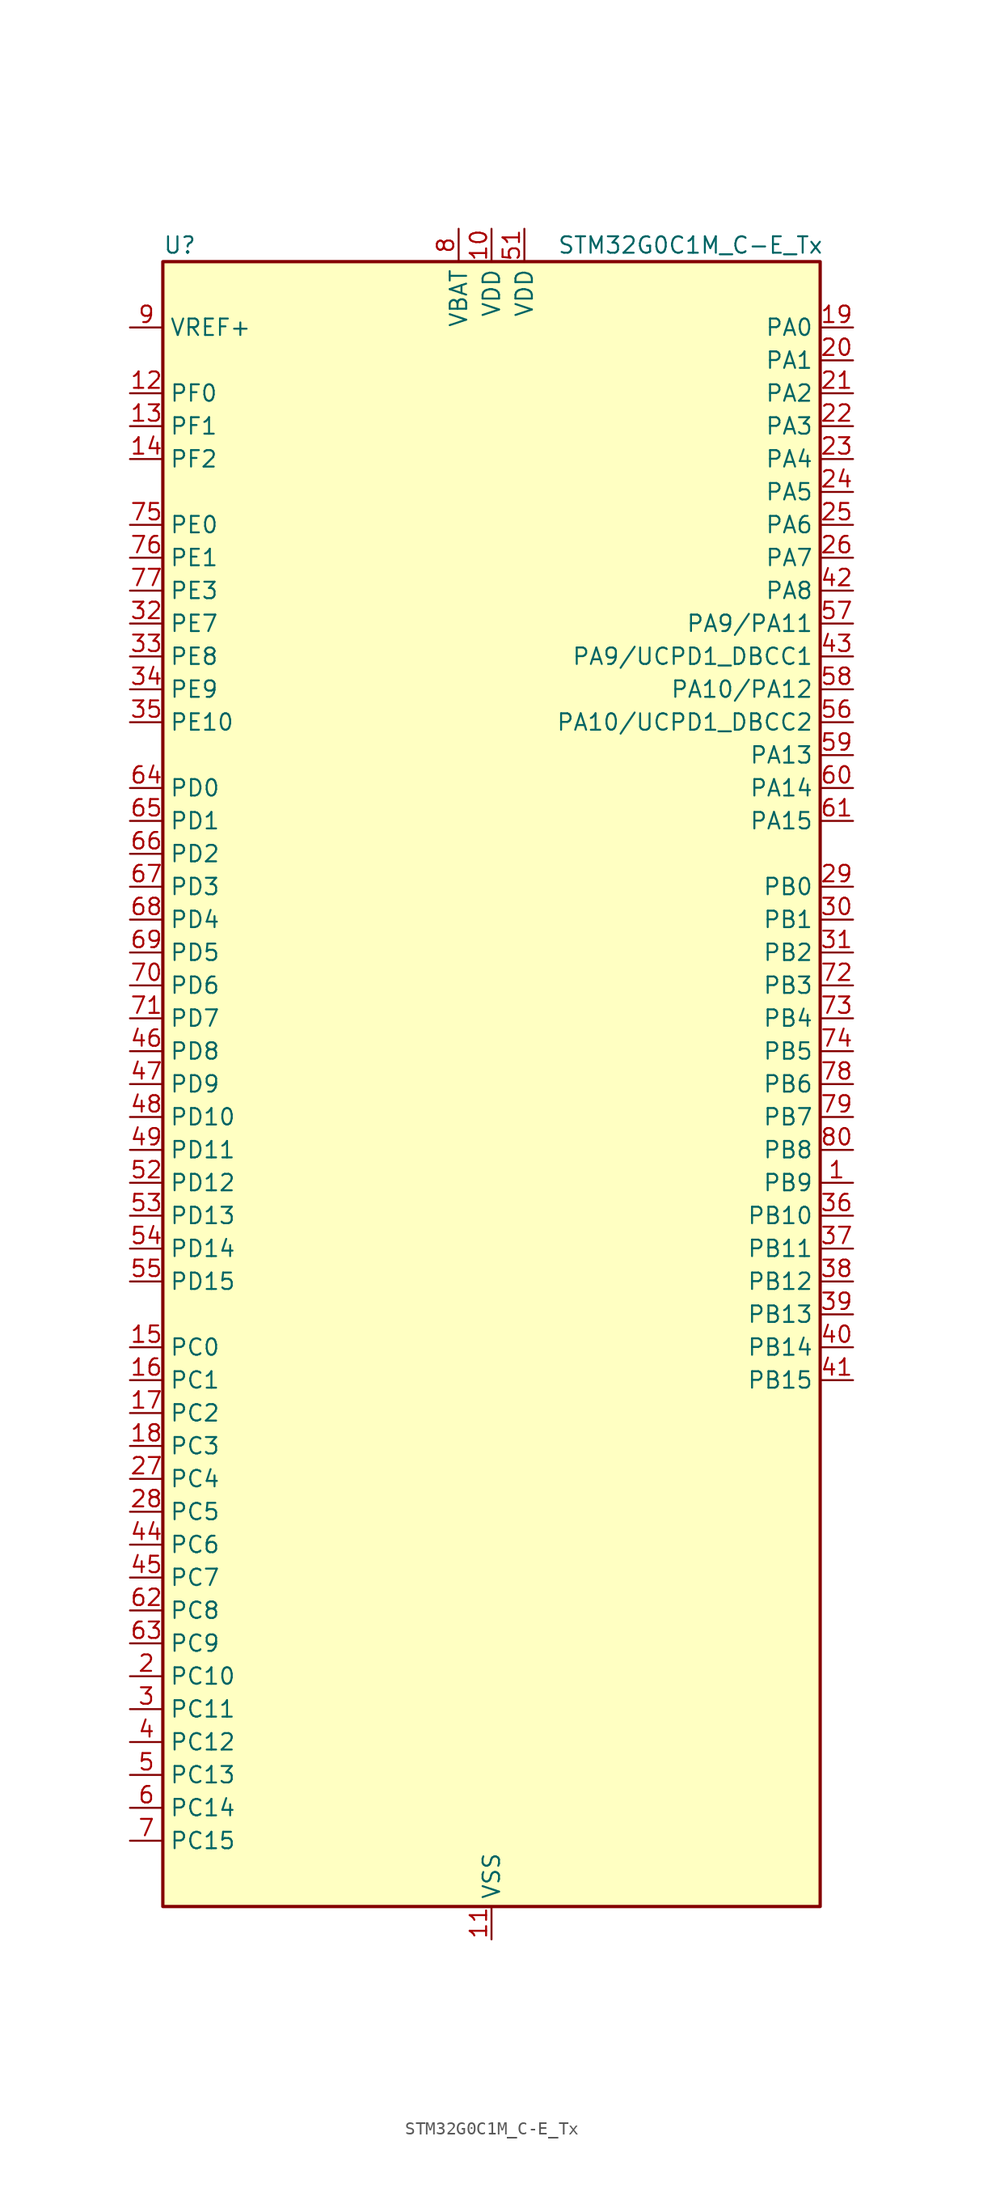
<source format=kicad_sym>
(kicad_symbol_lib
  (version 20231120)
  (generator "kicad-library-utils")
  (generator_version "8.0")
  (symbol "STM32G0C1M_C-E_Tx"
    (property "Reference" "U"
      (at -25.4 64.77 0)
      (effects (font (size 1.27 1.27)) (justify left)))
    (property "Value" "STM32G0C1M_C-E_Tx"
      (at 5.08 64.77 0)
      (effects (font (size 1.27 1.27)) (justify left)))
    (symbol "STM32G0C1M_C-E_Tx_0_1"
      (rectangle (start -25.4 -63.5) (end 25.4 63.5) (stroke (width 0.254) (type default)) (fill (type background))))
    (symbol "STM32G0C1M_C-E_Tx_1_1"
      (pin bidirectional line (at 27.94 -7.62 180) (length 2.54) (name "PB9" (effects (font (size 1.27 1.27)))) (number "1" (effects (font (size 1.27 1.27)))) (alternate "DAC1_EXTI9" bidirectional line) (alternate "FDCAN1_TX" bidirectional line) (alternate "I2C1_SDA" bidirectional line) (alternate "I2S2_WS" bidirectional line) (alternate "IR_OUT" bidirectional line) (alternate "SPI2_NSS" bidirectional line) (alternate "TIM17_CH1" bidirectional line) (alternate "TIM4_CH4" bidirectional line) (alternate "UCPD2_FRSTX1" bidirectional line) (alternate "UCPD2_FRSTX2" bidirectional line) (alternate "USART3_RX" bidirectional line) (alternate "USART6_RX" bidirectional line))
      (pin power_in line (at 0 66.04 270) (length 2.54) (name "VDD" (effects (font (size 1.27 1.27)))) (number "10" (effects (font (size 1.27 1.27)))))
      (pin power_in line (at 0 -66.04 90) (length 2.54) (name "VSS" (effects (font (size 1.27 1.27)))) (number "11" (effects (font (size 1.27 1.27)))))
      (pin bidirectional line (at -27.94 53.34 0) (length 2.54) (name "PF0" (effects (font (size 1.27 1.27)))) (number "12" (effects (font (size 1.27 1.27)))) (alternate "CRS1_SYNC" bidirectional line) (alternate "RCC_OSC_IN" bidirectional line) (alternate "TIM14_CH1" bidirectional line))
      (pin bidirectional line (at -27.94 50.8 0) (length 2.54) (name "PF1" (effects (font (size 1.27 1.27)))) (number "13" (effects (font (size 1.27 1.27)))) (alternate "RCC_OSC_EN" bidirectional line) (alternate "RCC_OSC_OUT" bidirectional line) (alternate "TIM15_CH1N" bidirectional line))
      (pin bidirectional line (at -27.94 48.26 0) (length 2.54) (name "PF2" (effects (font (size 1.27 1.27)))) (number "14" (effects (font (size 1.27 1.27)))) (alternate "LPUART2_DE" bidirectional line) (alternate "LPUART2_RTS" bidirectional line) (alternate "LPUART2_TX" bidirectional line) (alternate "RCC_MCO" bidirectional line))
      (pin bidirectional line (at -27.94 -20.32 0) (length 2.54) (name "PC0" (effects (font (size 1.27 1.27)))) (number "15" (effects (font (size 1.27 1.27)))) (alternate "COMP3_INM" bidirectional line) (alternate "COMP3_OUT" bidirectional line) (alternate "I2C3_SCL" bidirectional line) (alternate "LPTIM1_IN1" bidirectional line) (alternate "LPTIM2_IN1" bidirectional line) (alternate "LPUART1_RX" bidirectional line) (alternate "LPUART2_TX" bidirectional line) (alternate "USART6_TX" bidirectional line))
      (pin bidirectional line (at -27.94 -22.86 0) (length 2.54) (name "PC1" (effects (font (size 1.27 1.27)))) (number "16" (effects (font (size 1.27 1.27)))) (alternate "COMP3_INP" bidirectional line) (alternate "I2C3_SDA" bidirectional line) (alternate "LPTIM1_OUT" bidirectional line) (alternate "LPUART1_TX" bidirectional line) (alternate "LPUART2_RX" bidirectional line) (alternate "TIM15_CH1" bidirectional line) (alternate "USART6_RX" bidirectional line))
      (pin bidirectional line (at -27.94 -25.4 0) (length 2.54) (name "PC2" (effects (font (size 1.27 1.27)))) (number "17" (effects (font (size 1.27 1.27)))) (alternate "COMP3_OUT" bidirectional line) (alternate "FDCAN2_RX" bidirectional line) (alternate "I2S2_MCK" bidirectional line) (alternate "LPTIM1_IN2" bidirectional line) (alternate "SPI2_MISO" bidirectional line) (alternate "TIM15_CH2" bidirectional line))
      (pin bidirectional line (at -27.94 -27.94 0) (length 2.54) (name "PC3" (effects (font (size 1.27 1.27)))) (number "18" (effects (font (size 1.27 1.27)))) (alternate "FDCAN2_TX" bidirectional line) (alternate "I2S2_SD" bidirectional line) (alternate "LPTIM1_ETR" bidirectional line) (alternate "LPTIM2_ETR" bidirectional line) (alternate "SPI2_MOSI" bidirectional line))
      (pin bidirectional line (at 27.94 58.42 180) (length 2.54) (name "PA0" (effects (font (size 1.27 1.27)))) (number "19" (effects (font (size 1.27 1.27)))) (alternate "ADC1_IN0" bidirectional line) (alternate "COMP1_INM" bidirectional line) (alternate "COMP1_OUT" bidirectional line) (alternate "I2S2_CK" bidirectional line) (alternate "LPTIM1_OUT" bidirectional line) (alternate "RTC_TAMP_IN2" bidirectional line) (alternate "SPI2_SCK" bidirectional line) (alternate "SYS_WKUP1" bidirectional line) (alternate "TIM2_CH1" bidirectional line) (alternate "TIM2_ETR" bidirectional line) (alternate "UCPD2_FRSTX1" bidirectional line) (alternate "UCPD2_FRSTX2" bidirectional line) (alternate "USART2_CTS" bidirectional line) (alternate "USART2_NSS" bidirectional line) (alternate "USART4_TX" bidirectional line))
      (pin bidirectional line (at -27.94 -45.72 0) (length 2.54) (name "PC10" (effects (font (size 1.27 1.27)))) (number "2" (effects (font (size 1.27 1.27)))) (alternate "SPI3_SCK" bidirectional line) (alternate "TIM1_CH3" bidirectional line) (alternate "USART3_TX" bidirectional line) (alternate "USART4_TX" bidirectional line))
      (pin bidirectional line (at 27.94 55.88 180) (length 2.54) (name "PA1" (effects (font (size 1.27 1.27)))) (number "20" (effects (font (size 1.27 1.27)))) (alternate "ADC1_IN1" bidirectional line) (alternate "COMP1_INP" bidirectional line) (alternate "I2C1_SMBA" bidirectional line) (alternate "I2S1_CK" bidirectional line) (alternate "SPI1_SCK" bidirectional line) (alternate "TIM15_CH1N" bidirectional line) (alternate "TIM2_CH2" bidirectional line) (alternate "USART2_CK" bidirectional line) (alternate "USART2_DE" bidirectional line) (alternate "USART2_RTS" bidirectional line) (alternate "USART4_RX" bidirectional line))
      (pin bidirectional line (at 27.94 53.34 180) (length 2.54) (name "PA2" (effects (font (size 1.27 1.27)))) (number "21" (effects (font (size 1.27 1.27)))) (alternate "ADC1_IN2" bidirectional line) (alternate "COMP2_INM" bidirectional line) (alternate "COMP2_OUT" bidirectional line) (alternate "I2S1_SD" bidirectional line) (alternate "LPUART1_TX" bidirectional line) (alternate "RCC_LSCO" bidirectional line) (alternate "SPI1_MOSI" bidirectional line) (alternate "SYS_WKUP4" bidirectional line) (alternate "TIM15_CH1" bidirectional line) (alternate "TIM2_CH3" bidirectional line) (alternate "UCPD1_FRSTX1" bidirectional line) (alternate "UCPD1_FRSTX2" bidirectional line) (alternate "USART2_TX" bidirectional line))
      (pin bidirectional line (at 27.94 50.8 180) (length 2.54) (name "PA3" (effects (font (size 1.27 1.27)))) (number "22" (effects (font (size 1.27 1.27)))) (alternate "ADC1_IN3" bidirectional line) (alternate "COMP2_INP" bidirectional line) (alternate "I2S2_MCK" bidirectional line) (alternate "LPUART1_RX" bidirectional line) (alternate "SPI2_MISO" bidirectional line) (alternate "TIM15_CH2" bidirectional line) (alternate "TIM2_CH4" bidirectional line) (alternate "UCPD2_FRSTX1" bidirectional line) (alternate "UCPD2_FRSTX2" bidirectional line) (alternate "USART2_RX" bidirectional line))
      (pin bidirectional line (at 27.94 48.26 180) (length 2.54) (name "PA4" (effects (font (size 1.27 1.27)))) (number "23" (effects (font (size 1.27 1.27)))) (alternate "ADC1_IN4" bidirectional line) (alternate "DAC1_OUT1" bidirectional line) (alternate "I2S1_WS" bidirectional line) (alternate "I2S2_SD" bidirectional line) (alternate "LPTIM2_OUT" bidirectional line) (alternate "RTC_OUT2" bidirectional line) (alternate "SPI1_NSS" bidirectional line) (alternate "SPI2_MOSI" bidirectional line) (alternate "SPI3_NSS" bidirectional line) (alternate "TIM14_CH1" bidirectional line) (alternate "UCPD2_FRSTX1" bidirectional line) (alternate "UCPD2_FRSTX2" bidirectional line) (alternate "USART6_TX" bidirectional line) (alternate "USB_NOE" bidirectional line))
      (pin bidirectional line (at 27.94 45.72 180) (length 2.54) (name "PA5" (effects (font (size 1.27 1.27)))) (number "24" (effects (font (size 1.27 1.27)))) (alternate "ADC1_IN5" bidirectional line) (alternate "CEC" bidirectional line) (alternate "DAC1_OUT2" bidirectional line) (alternate "I2S1_CK" bidirectional line) (alternate "LPTIM2_ETR" bidirectional line) (alternate "SPI1_SCK" bidirectional line) (alternate "TIM2_CH1" bidirectional line) (alternate "TIM2_ETR" bidirectional line) (alternate "UCPD1_FRSTX1" bidirectional line) (alternate "UCPD1_FRSTX2" bidirectional line) (alternate "USART3_TX" bidirectional line) (alternate "USART6_RX" bidirectional line))
      (pin bidirectional line (at 27.94 43.18 180) (length 2.54) (name "PA6" (effects (font (size 1.27 1.27)))) (number "25" (effects (font (size 1.27 1.27)))) (alternate "ADC1_IN6" bidirectional line) (alternate "COMP1_OUT" bidirectional line) (alternate "I2C2_SDA" bidirectional line) (alternate "I2C3_SDA" bidirectional line) (alternate "I2S1_MCK" bidirectional line) (alternate "LPUART1_CTS" bidirectional line) (alternate "SPI1_MISO" bidirectional line) (alternate "TIM16_CH1" bidirectional line) (alternate "TIM1_BK" bidirectional line) (alternate "TIM3_CH1" bidirectional line) (alternate "USART3_CTS" bidirectional line) (alternate "USART3_NSS" bidirectional line) (alternate "USART6_CTS" bidirectional line) (alternate "USART6_NSS" bidirectional line))
      (pin bidirectional line (at 27.94 40.64 180) (length 2.54) (name "PA7" (effects (font (size 1.27 1.27)))) (number "26" (effects (font (size 1.27 1.27)))) (alternate "ADC1_IN7" bidirectional line) (alternate "COMP2_OUT" bidirectional line) (alternate "I2C2_SCL" bidirectional line) (alternate "I2C3_SCL" bidirectional line) (alternate "I2S1_SD" bidirectional line) (alternate "SPI1_MOSI" bidirectional line) (alternate "TIM14_CH1" bidirectional line) (alternate "TIM17_CH1" bidirectional line) (alternate "TIM1_CH1N" bidirectional line) (alternate "TIM3_CH2" bidirectional line) (alternate "UCPD1_FRSTX1" bidirectional line) (alternate "UCPD1_FRSTX2" bidirectional line) (alternate "USART6_CK" bidirectional line) (alternate "USART6_DE" bidirectional line) (alternate "USART6_RTS" bidirectional line))
      (pin bidirectional line (at -27.94 -30.48 0) (length 2.54) (name "PC4" (effects (font (size 1.27 1.27)))) (number "27" (effects (font (size 1.27 1.27)))) (alternate "ADC1_IN17" bidirectional line) (alternate "COMP1_INM" bidirectional line) (alternate "FDCAN1_RX" bidirectional line) (alternate "TIM2_CH1" bidirectional line) (alternate "TIM2_ETR" bidirectional line) (alternate "USART1_TX" bidirectional line) (alternate "USART3_TX" bidirectional line))
      (pin bidirectional line (at -27.94 -33.02 0) (length 2.54) (name "PC5" (effects (font (size 1.27 1.27)))) (number "28" (effects (font (size 1.27 1.27)))) (alternate "ADC1_IN18" bidirectional line) (alternate "COMP1_INP" bidirectional line) (alternate "FDCAN1_TX" bidirectional line) (alternate "SYS_WKUP5" bidirectional line) (alternate "TIM2_CH2" bidirectional line) (alternate "USART1_RX" bidirectional line) (alternate "USART3_RX" bidirectional line))
      (pin bidirectional line (at 27.94 15.24 180) (length 2.54) (name "PB0" (effects (font (size 1.27 1.27)))) (number "29" (effects (font (size 1.27 1.27)))) (alternate "ADC1_IN8" bidirectional line) (alternate "COMP1_OUT" bidirectional line) (alternate "COMP3_INP" bidirectional line) (alternate "FDCAN2_RX" bidirectional line) (alternate "I2S1_WS" bidirectional line) (alternate "LPTIM1_OUT" bidirectional line) (alternate "LPUART2_CTS" bidirectional line) (alternate "SPI1_NSS" bidirectional line) (alternate "TIM1_CH2N" bidirectional line) (alternate "TIM3_CH3" bidirectional line) (alternate "UCPD1_FRSTX1" bidirectional line) (alternate "UCPD1_FRSTX2" bidirectional line) (alternate "USART3_RX" bidirectional line) (alternate "USART5_TX" bidirectional line))
      (pin bidirectional line (at -27.94 -48.26 0) (length 2.54) (name "PC11" (effects (font (size 1.27 1.27)))) (number "3" (effects (font (size 1.27 1.27)))) (alternate "ADC1_EXTI11" bidirectional line) (alternate "SPI3_MISO" bidirectional line) (alternate "TIM1_CH4" bidirectional line) (alternate "USART3_RX" bidirectional line) (alternate "USART4_RX" bidirectional line))
      (pin bidirectional line (at 27.94 12.7 180) (length 2.54) (name "PB1" (effects (font (size 1.27 1.27)))) (number "30" (effects (font (size 1.27 1.27)))) (alternate "ADC1_IN9" bidirectional line) (alternate "COMP1_INM" bidirectional line) (alternate "COMP3_OUT" bidirectional line) (alternate "FDCAN2_TX" bidirectional line) (alternate "LPTIM2_IN1" bidirectional line) (alternate "LPUART1_DE" bidirectional line) (alternate "LPUART1_RTS" bidirectional line) (alternate "LPUART2_DE" bidirectional line) (alternate "LPUART2_RTS" bidirectional line) (alternate "TIM14_CH1" bidirectional line) (alternate "TIM1_CH3N" bidirectional line) (alternate "TIM3_CH4" bidirectional line) (alternate "USART3_CK" bidirectional line) (alternate "USART3_DE" bidirectional line) (alternate "USART3_RTS" bidirectional line) (alternate "USART5_RX" bidirectional line))
      (pin bidirectional line (at 27.94 10.16 180) (length 2.54) (name "PB2" (effects (font (size 1.27 1.27)))) (number "31" (effects (font (size 1.27 1.27)))) (alternate "ADC1_IN10" bidirectional line) (alternate "COMP1_INP" bidirectional line) (alternate "COMP3_INM" bidirectional line) (alternate "I2S2_MCK" bidirectional line) (alternate "LPTIM1_OUT" bidirectional line) (alternate "RCC_MCO_2" bidirectional line) (alternate "SPI2_MISO" bidirectional line) (alternate "USART3_TX" bidirectional line))
      (pin bidirectional line (at -27.94 35.56 0) (length 2.54) (name "PE7" (effects (font (size 1.27 1.27)))) (number "32" (effects (font (size 1.27 1.27)))) (alternate "COMP3_INP" bidirectional line) (alternate "TIM1_ETR" bidirectional line) (alternate "USART5_CK" bidirectional line) (alternate "USART5_DE" bidirectional line) (alternate "USART5_RTS" bidirectional line))
      (pin bidirectional line (at -27.94 33.02 0) (length 2.54) (name "PE8" (effects (font (size 1.27 1.27)))) (number "33" (effects (font (size 1.27 1.27)))) (alternate "COMP3_INM" bidirectional line) (alternate "TIM1_CH1N" bidirectional line) (alternate "USART4_TX" bidirectional line))
      (pin bidirectional line (at -27.94 30.48 0) (length 2.54) (name "PE9" (effects (font (size 1.27 1.27)))) (number "34" (effects (font (size 1.27 1.27)))) (alternate "DAC1_EXTI9" bidirectional line) (alternate "TIM1_CH1" bidirectional line) (alternate "USART4_RX" bidirectional line))
      (pin bidirectional line (at -27.94 27.94 0) (length 2.54) (name "PE10" (effects (font (size 1.27 1.27)))) (number "35" (effects (font (size 1.27 1.27)))) (alternate "TIM1_CH2N" bidirectional line) (alternate "USART5_TX" bidirectional line))
      (pin bidirectional line (at 27.94 -10.16 180) (length 2.54) (name "PB10" (effects (font (size 1.27 1.27)))) (number "36" (effects (font (size 1.27 1.27)))) (alternate "ADC1_IN11" bidirectional line) (alternate "CEC" bidirectional line) (alternate "COMP1_OUT" bidirectional line) (alternate "I2C2_SCL" bidirectional line) (alternate "I2S2_CK" bidirectional line) (alternate "LPUART1_RX" bidirectional line) (alternate "SPI2_SCK" bidirectional line) (alternate "TIM2_CH3" bidirectional line) (alternate "USART3_TX" bidirectional line))
      (pin bidirectional line (at 27.94 -12.7 180) (length 2.54) (name "PB11" (effects (font (size 1.27 1.27)))) (number "37" (effects (font (size 1.27 1.27)))) (alternate "ADC1_EXTI11" bidirectional line) (alternate "ADC1_IN15" bidirectional line) (alternate "COMP2_OUT" bidirectional line) (alternate "I2C2_SDA" bidirectional line) (alternate "I2S2_SD" bidirectional line) (alternate "LPUART1_TX" bidirectional line) (alternate "SPI2_MOSI" bidirectional line) (alternate "TIM2_CH4" bidirectional line) (alternate "USART3_RX" bidirectional line))
      (pin bidirectional line (at 27.94 -15.24 180) (length 2.54) (name "PB12" (effects (font (size 1.27 1.27)))) (number "38" (effects (font (size 1.27 1.27)))) (alternate "ADC1_IN16" bidirectional line) (alternate "FDCAN2_RX" bidirectional line) (alternate "I2C2_SMBA" bidirectional line) (alternate "I2S2_WS" bidirectional line) (alternate "LPUART1_DE" bidirectional line) (alternate "LPUART1_RTS" bidirectional line) (alternate "SPI2_NSS" bidirectional line) (alternate "TIM15_BK" bidirectional line) (alternate "TIM1_BK" bidirectional line) (alternate "UCPD2_FRSTX1" bidirectional line) (alternate "UCPD2_FRSTX2" bidirectional line))
      (pin bidirectional line (at 27.94 -17.78 180) (length 2.54) (name "PB13" (effects (font (size 1.27 1.27)))) (number "39" (effects (font (size 1.27 1.27)))) (alternate "FDCAN2_TX" bidirectional line) (alternate "I2C2_SCL" bidirectional line) (alternate "I2S2_CK" bidirectional line) (alternate "LPUART1_CTS" bidirectional line) (alternate "SPI2_SCK" bidirectional line) (alternate "TIM15_CH1N" bidirectional line) (alternate "TIM1_CH1N" bidirectional line) (alternate "USART3_CTS" bidirectional line) (alternate "USART3_NSS" bidirectional line))
      (pin bidirectional line (at -27.94 -50.8 0) (length 2.54) (name "PC12" (effects (font (size 1.27 1.27)))) (number "4" (effects (font (size 1.27 1.27)))) (alternate "LPTIM1_IN1" bidirectional line) (alternate "SPI3_MOSI" bidirectional line) (alternate "TIM14_CH1" bidirectional line) (alternate "UCPD1_FRSTX1" bidirectional line) (alternate "UCPD1_FRSTX2" bidirectional line) (alternate "USART5_TX" bidirectional line))
      (pin bidirectional line (at 27.94 -20.32 180) (length 2.54) (name "PB14" (effects (font (size 1.27 1.27)))) (number "40" (effects (font (size 1.27 1.27)))) (alternate "I2C2_SDA" bidirectional line) (alternate "I2S2_MCK" bidirectional line) (alternate "SPI2_MISO" bidirectional line) (alternate "TIM15_CH1" bidirectional line) (alternate "TIM1_CH2N" bidirectional line) (alternate "UCPD1_FRSTX1" bidirectional line) (alternate "UCPD1_FRSTX2" bidirectional line) (alternate "USART3_CK" bidirectional line) (alternate "USART3_DE" bidirectional line) (alternate "USART3_RTS" bidirectional line) (alternate "USART6_CK" bidirectional line) (alternate "USART6_DE" bidirectional line) (alternate "USART6_RTS" bidirectional line))
      (pin bidirectional line (at 27.94 -22.86 180) (length 2.54) (name "PB15" (effects (font (size 1.27 1.27)))) (number "41" (effects (font (size 1.27 1.27)))) (alternate "I2S2_SD" bidirectional line) (alternate "RTC_REFIN" bidirectional line) (alternate "SPI2_MOSI" bidirectional line) (alternate "TIM15_CH1N" bidirectional line) (alternate "TIM15_CH2" bidirectional line) (alternate "TIM1_CH3N" bidirectional line) (alternate "UCPD1_CC2" bidirectional line) (alternate "USART6_CTS" bidirectional line) (alternate "USART6_NSS" bidirectional line))
      (pin bidirectional line (at 27.94 38.1 180) (length 2.54) (name "PA8" (effects (font (size 1.27 1.27)))) (number "42" (effects (font (size 1.27 1.27)))) (alternate "CRS1_SYNC" bidirectional line) (alternate "I2C2_SMBA" bidirectional line) (alternate "I2S2_WS" bidirectional line) (alternate "LPTIM2_OUT" bidirectional line) (alternate "RCC_MCO" bidirectional line) (alternate "SPI2_NSS" bidirectional line) (alternate "TIM1_CH1" bidirectional line) (alternate "UCPD1_CC1" bidirectional line))
      (pin bidirectional line (at 27.94 33.02 180) (length 2.54) (name "PA9/UCPD1_DBCC1" (effects (font (size 1.27 1.27)))) (number "43" (effects (font (size 1.27 1.27)))) (alternate "PA9" bidirectional line) (alternate "DAC1_EXTI9 (PA9)" bidirectional line) (alternate "I2C1_SCL (PA9)" bidirectional line) (alternate "I2C2_SCL (PA9)" bidirectional line) (alternate "I2S2_MCK (PA9)" bidirectional line) (alternate "RCC_MCO (PA9)" bidirectional line) (alternate "SPI2_MISO (PA9)" bidirectional line) (alternate "TIM15_BK (PA9)" bidirectional line) (alternate "TIM1_CH2 (PA9)" bidirectional line) (alternate "UCPD1_DBCC1 (PA9)" bidirectional line) (alternate "USART1_TX (PA9)" bidirectional line) (alternate "UCPD1_DBCC1" bidirectional line) (alternate "UCPD1_DBCC1 (UCPD1_DBCC1)" bidirectional line))
      (pin bidirectional line (at -27.94 -35.56 0) (length 2.54) (name "PC6" (effects (font (size 1.27 1.27)))) (number "44" (effects (font (size 1.27 1.27)))) (alternate "LPUART2_TX" bidirectional line) (alternate "TIM2_CH3" bidirectional line) (alternate "TIM3_CH1" bidirectional line) (alternate "UCPD1_FRSTX1" bidirectional line) (alternate "UCPD1_FRSTX2" bidirectional line))
      (pin bidirectional line (at -27.94 -38.1 0) (length 2.54) (name "PC7" (effects (font (size 1.27 1.27)))) (number "45" (effects (font (size 1.27 1.27)))) (alternate "LPUART2_RX" bidirectional line) (alternate "TIM2_CH4" bidirectional line) (alternate "TIM3_CH2" bidirectional line) (alternate "UCPD2_FRSTX1" bidirectional line) (alternate "UCPD2_FRSTX2" bidirectional line))
      (pin bidirectional line (at -27.94 2.54 0) (length 2.54) (name "PD8" (effects (font (size 1.27 1.27)))) (number "46" (effects (font (size 1.27 1.27)))) (alternate "I2S1_CK" bidirectional line) (alternate "LPTIM1_OUT" bidirectional line) (alternate "SPI1_SCK" bidirectional line) (alternate "USART3_TX" bidirectional line))
      (pin bidirectional line (at -27.94 0 0) (length 2.54) (name "PD9" (effects (font (size 1.27 1.27)))) (number "47" (effects (font (size 1.27 1.27)))) (alternate "DAC1_EXTI9" bidirectional line) (alternate "I2S1_WS" bidirectional line) (alternate "SPI1_NSS" bidirectional line) (alternate "TIM1_BK2" bidirectional line) (alternate "USART3_RX" bidirectional line))
      (pin bidirectional line (at -27.94 -2.54 0) (length 2.54) (name "PD10" (effects (font (size 1.27 1.27)))) (number "48" (effects (font (size 1.27 1.27)))) (alternate "RCC_MCO" bidirectional line))
      (pin bidirectional line (at -27.94 -5.08 0) (length 2.54) (name "PD11" (effects (font (size 1.27 1.27)))) (number "49" (effects (font (size 1.27 1.27)))) (alternate "ADC1_EXTI11" bidirectional line) (alternate "LPTIM2_ETR" bidirectional line) (alternate "USART3_CTS" bidirectional line) (alternate "USART3_NSS" bidirectional line))
      (pin bidirectional line (at -27.94 -53.34 0) (length 2.54) (name "PC13" (effects (font (size 1.27 1.27)))) (number "5" (effects (font (size 1.27 1.27)))) (alternate "RTC_OUT1" bidirectional line) (alternate "RTC_TAMP_IN1" bidirectional line) (alternate "RTC_TS" bidirectional line) (alternate "SYS_WKUP2" bidirectional line) (alternate "TIM1_BK" bidirectional line))
      (pin passive line (at 0 -66.04 90) (length 2.54) hide (name "VSS" (effects (font (size 1.27 1.27)))) (number "50" (effects (font (size 1.27 1.27)))))
      (pin power_in line (at 2.54 66.04 270) (length 2.54) (name "VDD" (effects (font (size 1.27 1.27)))) (number "51" (effects (font (size 1.27 1.27)))))
      (pin bidirectional line (at -27.94 -7.62 0) (length 2.54) (name "PD12" (effects (font (size 1.27 1.27)))) (number "52" (effects (font (size 1.27 1.27)))) (alternate "FDCAN1_RX" bidirectional line) (alternate "LPTIM2_IN1" bidirectional line) (alternate "TIM4_CH1" bidirectional line) (alternate "USART3_CK" bidirectional line) (alternate "USART3_DE" bidirectional line) (alternate "USART3_RTS" bidirectional line))
      (pin bidirectional line (at -27.94 -10.16 0) (length 2.54) (name "PD13" (effects (font (size 1.27 1.27)))) (number "53" (effects (font (size 1.27 1.27)))) (alternate "FDCAN1_TX" bidirectional line) (alternate "LPTIM2_OUT" bidirectional line) (alternate "TIM4_CH2" bidirectional line))
      (pin bidirectional line (at -27.94 -12.7 0) (length 2.54) (name "PD14" (effects (font (size 1.27 1.27)))) (number "54" (effects (font (size 1.27 1.27)))) (alternate "FDCAN2_RX" bidirectional line) (alternate "LPUART2_CTS" bidirectional line) (alternate "TIM4_CH3" bidirectional line))
      (pin bidirectional line (at -27.94 -15.24 0) (length 2.54) (name "PD15" (effects (font (size 1.27 1.27)))) (number "55" (effects (font (size 1.27 1.27)))) (alternate "CRS1_SYNC" bidirectional line) (alternate "FDCAN2_TX" bidirectional line) (alternate "LPUART2_DE" bidirectional line) (alternate "LPUART2_RTS" bidirectional line) (alternate "TIM4_CH4" bidirectional line))
      (pin bidirectional line (at 27.94 27.94 180) (length 2.54) (name "PA10/UCPD1_DBCC2" (effects (font (size 1.27 1.27)))) (number "56" (effects (font (size 1.27 1.27)))) (alternate "PA10" bidirectional line) (alternate "I2C1_SDA (PA10)" bidirectional line) (alternate "I2C2_SDA (PA10)" bidirectional line) (alternate "I2S2_SD (PA10)" bidirectional line) (alternate "RCC_MCO_2 (PA10)" bidirectional line) (alternate "SPI2_MOSI (PA10)" bidirectional line) (alternate "TIM17_BK (PA10)" bidirectional line) (alternate "TIM1_CH3 (PA10)" bidirectional line) (alternate "UCPD1_DBCC2 (PA10)" bidirectional line) (alternate "USART1_RX (PA10)" bidirectional line) (alternate "UCPD1_DBCC2" bidirectional line) (alternate "UCPD1_DBCC2 (UCPD1_DBCC2)" bidirectional line))
      (pin bidirectional line (at 27.94 35.56 180) (length 2.54) (name "PA9/PA11" (effects (font (size 1.27 1.27)))) (number "57" (effects (font (size 1.27 1.27)))) (alternate "PA9" bidirectional line) (alternate "DAC1_EXTI9 (PA9)" bidirectional line) (alternate "I2C1_SCL (PA9)" bidirectional line) (alternate "I2C2_SCL (PA9)" bidirectional line) (alternate "I2S2_MCK (PA9)" bidirectional line) (alternate "RCC_MCO (PA9)" bidirectional line) (alternate "SPI2_MISO (PA9)" bidirectional line) (alternate "TIM15_BK (PA9)" bidirectional line) (alternate "TIM1_CH2 (PA9)" bidirectional line) (alternate "UCPD1_DBCC1 (PA9)" bidirectional line) (alternate "USART1_TX (PA9)" bidirectional line) (alternate "PA11" bidirectional line) (alternate "ADC1_EXTI11 (PA11)" bidirectional line) (alternate "COMP1_OUT (PA11)" bidirectional line) (alternate "FDCAN1_RX (PA11)" bidirectional line) (alternate "I2C2_SCL (PA11)" bidirectional line) (alternate "I2S1_MCK (PA11)" bidirectional line) (alternate "SPI1_MISO (PA11)" bidirectional line) (alternate "TIM1_BK2 (PA11)" bidirectional line) (alternate "TIM1_CH4 (PA11)" bidirectional line) (alternate "USART1_CTS (PA11)" bidirectional line) (alternate "USART1_NSS (PA11)" bidirectional line) (alternate "USB_DM (PA11)" bidirectional line))
      (pin bidirectional line (at 27.94 30.48 180) (length 2.54) (name "PA10/PA12" (effects (font (size 1.27 1.27)))) (number "58" (effects (font (size 1.27 1.27)))) (alternate "PA10" bidirectional line) (alternate "I2C1_SDA (PA10)" bidirectional line) (alternate "I2C2_SDA (PA10)" bidirectional line) (alternate "I2S2_SD (PA10)" bidirectional line) (alternate "RCC_MCO_2 (PA10)" bidirectional line) (alternate "SPI2_MOSI (PA10)" bidirectional line) (alternate "TIM17_BK (PA10)" bidirectional line) (alternate "TIM1_CH3 (PA10)" bidirectional line) (alternate "UCPD1_DBCC2 (PA10)" bidirectional line) (alternate "USART1_RX (PA10)" bidirectional line) (alternate "PA12" bidirectional line) (alternate "COMP2_OUT (PA12)" bidirectional line) (alternate "FDCAN1_TX (PA12)" bidirectional line) (alternate "I2C2_SDA (PA12)" bidirectional line) (alternate "I2S1_SD (PA12)" bidirectional line) (alternate "I2S_CKIN (PA12)" bidirectional line) (alternate "SPI1_MOSI (PA12)" bidirectional line) (alternate "TIM1_ETR (PA12)" bidirectional line) (alternate "USART1_CK (PA12)" bidirectional line) (alternate "USART1_DE (PA12)" bidirectional line) (alternate "USART1_RTS (PA12)" bidirectional line) (alternate "USB_DP (PA12)" bidirectional line))
      (pin bidirectional line (at 27.94 25.4 180) (length 2.54) (name "PA13" (effects (font (size 1.27 1.27)))) (number "59" (effects (font (size 1.27 1.27)))) (alternate "IR_OUT" bidirectional line) (alternate "LPUART2_RX" bidirectional line) (alternate "SYS_SWDIO" bidirectional line) (alternate "USB_NOE" bidirectional line))
      (pin bidirectional line (at -27.94 -55.88 0) (length 2.54) (name "PC14" (effects (font (size 1.27 1.27)))) (number "6" (effects (font (size 1.27 1.27)))) (alternate "RCC_OSC32_IN" bidirectional line) (alternate "TIM1_BK2" bidirectional line))
      (pin bidirectional line (at 27.94 22.86 180) (length 2.54) (name "PA14" (effects (font (size 1.27 1.27)))) (number "60" (effects (font (size 1.27 1.27)))) (alternate "LPUART2_TX" bidirectional line) (alternate "SYS_SWCLK" bidirectional line) (alternate "USART2_TX" bidirectional line))
      (pin bidirectional line (at 27.94 20.32 180) (length 2.54) (name "PA15" (effects (font (size 1.27 1.27)))) (number "61" (effects (font (size 1.27 1.27)))) (alternate "I2C2_SMBA" bidirectional line) (alternate "I2S1_WS" bidirectional line) (alternate "RCC_MCO_2" bidirectional line) (alternate "SPI1_NSS" bidirectional line) (alternate "SPI3_NSS" bidirectional line) (alternate "TIM2_CH1" bidirectional line) (alternate "TIM2_ETR" bidirectional line) (alternate "USART2_RX" bidirectional line) (alternate "USART3_CK" bidirectional line) (alternate "USART3_DE" bidirectional line) (alternate "USART3_RTS" bidirectional line) (alternate "USART4_CK" bidirectional line) (alternate "USART4_DE" bidirectional line) (alternate "USART4_RTS" bidirectional line) (alternate "USB_NOE" bidirectional line))
      (pin bidirectional line (at -27.94 -40.64 0) (length 2.54) (name "PC8" (effects (font (size 1.27 1.27)))) (number "62" (effects (font (size 1.27 1.27)))) (alternate "LPUART2_CTS" bidirectional line) (alternate "TIM1_CH1" bidirectional line) (alternate "TIM3_CH3" bidirectional line) (alternate "UCPD2_FRSTX1" bidirectional line) (alternate "UCPD2_FRSTX2" bidirectional line))
      (pin bidirectional line (at -27.94 -43.18 0) (length 2.54) (name "PC9" (effects (font (size 1.27 1.27)))) (number "63" (effects (font (size 1.27 1.27)))) (alternate "DAC1_EXTI9" bidirectional line) (alternate "I2S_CKIN" bidirectional line) (alternate "LPUART2_DE" bidirectional line) (alternate "LPUART2_RTS" bidirectional line) (alternate "TIM1_CH2" bidirectional line) (alternate "TIM3_CH4" bidirectional line) (alternate "USB_NOE" bidirectional line))
      (pin bidirectional line (at -27.94 22.86 0) (length 2.54) (name "PD0" (effects (font (size 1.27 1.27)))) (number "64" (effects (font (size 1.27 1.27)))) (alternate "FDCAN1_RX" bidirectional line) (alternate "I2S2_WS" bidirectional line) (alternate "SPI2_NSS" bidirectional line) (alternate "TIM16_CH1" bidirectional line) (alternate "UCPD2_CC1" bidirectional line))
      (pin bidirectional line (at -27.94 20.32 0) (length 2.54) (name "PD1" (effects (font (size 1.27 1.27)))) (number "65" (effects (font (size 1.27 1.27)))) (alternate "FDCAN1_TX" bidirectional line) (alternate "I2S2_CK" bidirectional line) (alternate "SPI2_SCK" bidirectional line) (alternate "TIM17_CH1" bidirectional line) (alternate "UCPD2_DBCC1" bidirectional line))
      (pin bidirectional line (at -27.94 17.78 0) (length 2.54) (name "PD2" (effects (font (size 1.27 1.27)))) (number "66" (effects (font (size 1.27 1.27)))) (alternate "TIM1_CH1N" bidirectional line) (alternate "TIM3_ETR" bidirectional line) (alternate "UCPD2_CC2" bidirectional line) (alternate "USART3_CK" bidirectional line) (alternate "USART3_DE" bidirectional line) (alternate "USART3_RTS" bidirectional line) (alternate "USART5_RX" bidirectional line))
      (pin bidirectional line (at -27.94 15.24 0) (length 2.54) (name "PD3" (effects (font (size 1.27 1.27)))) (number "67" (effects (font (size 1.27 1.27)))) (alternate "I2S2_MCK" bidirectional line) (alternate "SPI2_MISO" bidirectional line) (alternate "TIM1_CH2N" bidirectional line) (alternate "UCPD2_DBCC2" bidirectional line) (alternate "USART2_CTS" bidirectional line) (alternate "USART2_NSS" bidirectional line) (alternate "USART5_TX" bidirectional line))
      (pin bidirectional line (at -27.94 12.7 0) (length 2.54) (name "PD4" (effects (font (size 1.27 1.27)))) (number "68" (effects (font (size 1.27 1.27)))) (alternate "I2S2_SD" bidirectional line) (alternate "SPI2_MOSI" bidirectional line) (alternate "TIM1_CH3N" bidirectional line) (alternate "USART2_CK" bidirectional line) (alternate "USART2_DE" bidirectional line) (alternate "USART2_RTS" bidirectional line) (alternate "USART5_CK" bidirectional line) (alternate "USART5_DE" bidirectional line) (alternate "USART5_RTS" bidirectional line))
      (pin bidirectional line (at -27.94 10.16 0) (length 2.54) (name "PD5" (effects (font (size 1.27 1.27)))) (number "69" (effects (font (size 1.27 1.27)))) (alternate "I2S1_MCK" bidirectional line) (alternate "SPI1_MISO" bidirectional line) (alternate "TIM1_BK" bidirectional line) (alternate "USART2_TX" bidirectional line) (alternate "USART5_CTS" bidirectional line) (alternate "USART5_NSS" bidirectional line))
      (pin bidirectional line (at -27.94 -58.42 0) (length 2.54) (name "PC15" (effects (font (size 1.27 1.27)))) (number "7" (effects (font (size 1.27 1.27)))) (alternate "RCC_OSC32_EN" bidirectional line) (alternate "RCC_OSC32_OUT" bidirectional line) (alternate "RCC_OSC_EN" bidirectional line) (alternate "TIM15_BK" bidirectional line))
      (pin bidirectional line (at -27.94 7.62 0) (length 2.54) (name "PD6" (effects (font (size 1.27 1.27)))) (number "70" (effects (font (size 1.27 1.27)))) (alternate "I2S1_SD" bidirectional line) (alternate "LPTIM2_OUT" bidirectional line) (alternate "SPI1_MOSI" bidirectional line) (alternate "USART2_RX" bidirectional line))
      (pin bidirectional line (at -27.94 5.08 0) (length 2.54) (name "PD7" (effects (font (size 1.27 1.27)))) (number "71" (effects (font (size 1.27 1.27)))) (alternate "RCC_MCO_2" bidirectional line))
      (pin bidirectional line (at 27.94 7.62 180) (length 2.54) (name "PB3" (effects (font (size 1.27 1.27)))) (number "72" (effects (font (size 1.27 1.27)))) (alternate "COMP2_INM" bidirectional line) (alternate "I2C2_SCL" bidirectional line) (alternate "I2C3_SCL" bidirectional line) (alternate "I2S1_CK" bidirectional line) (alternate "SPI1_SCK" bidirectional line) (alternate "SPI3_SCK" bidirectional line) (alternate "TIM1_CH2" bidirectional line) (alternate "TIM2_CH2" bidirectional line) (alternate "USART1_CK" bidirectional line) (alternate "USART1_DE" bidirectional line) (alternate "USART1_RTS" bidirectional line) (alternate "USART5_TX" bidirectional line))
      (pin bidirectional line (at 27.94 5.08 180) (length 2.54) (name "PB4" (effects (font (size 1.27 1.27)))) (number "73" (effects (font (size 1.27 1.27)))) (alternate "COMP2_INP" bidirectional line) (alternate "I2C2_SDA" bidirectional line) (alternate "I2C3_SDA" bidirectional line) (alternate "I2S1_MCK" bidirectional line) (alternate "SPI1_MISO" bidirectional line) (alternate "SPI3_MISO" bidirectional line) (alternate "TIM17_BK" bidirectional line) (alternate "TIM3_CH1" bidirectional line) (alternate "USART1_CTS" bidirectional line) (alternate "USART1_NSS" bidirectional line) (alternate "USART5_RX" bidirectional line))
      (pin bidirectional line (at 27.94 2.54 180) (length 2.54) (name "PB5" (effects (font (size 1.27 1.27)))) (number "74" (effects (font (size 1.27 1.27)))) (alternate "COMP2_OUT" bidirectional line) (alternate "FDCAN2_RX" bidirectional line) (alternate "I2C1_SMBA" bidirectional line) (alternate "I2S1_SD" bidirectional line) (alternate "LPTIM1_IN1" bidirectional line) (alternate "SPI1_MOSI" bidirectional line) (alternate "SPI3_MOSI" bidirectional line) (alternate "SYS_WKUP6" bidirectional line) (alternate "TIM16_BK" bidirectional line) (alternate "TIM3_CH2" bidirectional line) (alternate "USART5_CK" bidirectional line) (alternate "USART5_DE" bidirectional line) (alternate "USART5_RTS" bidirectional line))
      (pin bidirectional line (at -27.94 43.18 0) (length 2.54) (name "PE0" (effects (font (size 1.27 1.27)))) (number "75" (effects (font (size 1.27 1.27)))) (alternate "TIM16_CH1" bidirectional line) (alternate "TIM4_ETR" bidirectional line))
      (pin bidirectional line (at -27.94 40.64 0) (length 2.54) (name "PE1" (effects (font (size 1.27 1.27)))) (number "76" (effects (font (size 1.27 1.27)))) (alternate "TIM17_CH1" bidirectional line))
      (pin bidirectional line (at -27.94 38.1 0) (length 2.54) (name "PE3" (effects (font (size 1.27 1.27)))) (number "77" (effects (font (size 1.27 1.27)))) (alternate "TIM3_CH1" bidirectional line))
      (pin bidirectional line (at 27.94 0 180) (length 2.54) (name "PB6" (effects (font (size 1.27 1.27)))) (number "78" (effects (font (size 1.27 1.27)))) (alternate "COMP2_INP" bidirectional line) (alternate "FDCAN2_TX" bidirectional line) (alternate "I2C1_SCL" bidirectional line) (alternate "I2S2_MCK" bidirectional line) (alternate "LPTIM1_ETR" bidirectional line) (alternate "LPUART2_TX" bidirectional line) (alternate "SPI2_MISO" bidirectional line) (alternate "TIM16_CH1N" bidirectional line) (alternate "TIM1_CH3" bidirectional line) (alternate "TIM4_CH1" bidirectional line) (alternate "USART1_TX" bidirectional line) (alternate "USART5_CTS" bidirectional line) (alternate "USART5_NSS" bidirectional line))
      (pin bidirectional line (at 27.94 -2.54 180) (length 2.54) (name "PB7" (effects (font (size 1.27 1.27)))) (number "79" (effects (font (size 1.27 1.27)))) (alternate "COMP2_INM" bidirectional line) (alternate "I2C1_SDA" bidirectional line) (alternate "I2S2_SD" bidirectional line) (alternate "LPTIM1_IN2" bidirectional line) (alternate "LPUART2_RX" bidirectional line) (alternate "SPI2_MOSI" bidirectional line) (alternate "SYS_PVD_IN" bidirectional line) (alternate "TIM17_CH1N" bidirectional line) (alternate "TIM4_CH2" bidirectional line) (alternate "USART1_RX" bidirectional line) (alternate "USART4_CTS" bidirectional line) (alternate "USART4_NSS" bidirectional line))
      (pin power_in line (at -2.54 66.04 270) (length 2.54) (name "VBAT" (effects (font (size 1.27 1.27)))) (number "8" (effects (font (size 1.27 1.27)))))
      (pin bidirectional line (at 27.94 -5.08 180) (length 2.54) (name "PB8" (effects (font (size 1.27 1.27)))) (number "80" (effects (font (size 1.27 1.27)))) (alternate "CEC" bidirectional line) (alternate "FDCAN1_RX" bidirectional line) (alternate "I2C1_SCL" bidirectional line) (alternate "I2S2_CK" bidirectional line) (alternate "SPI2_SCK" bidirectional line) (alternate "TIM15_BK" bidirectional line) (alternate "TIM16_CH1" bidirectional line) (alternate "TIM4_CH3" bidirectional line) (alternate "USART3_TX" bidirectional line) (alternate "USART6_TX" bidirectional line))
      (pin input line (at -27.94 58.42 0) (length 2.54) (name "VREF+" (effects (font (size 1.27 1.27)))) (number "9" (effects (font (size 1.27 1.27)))) (alternate "VREFBUF_OUT" bidirectional line)))))
</source>
